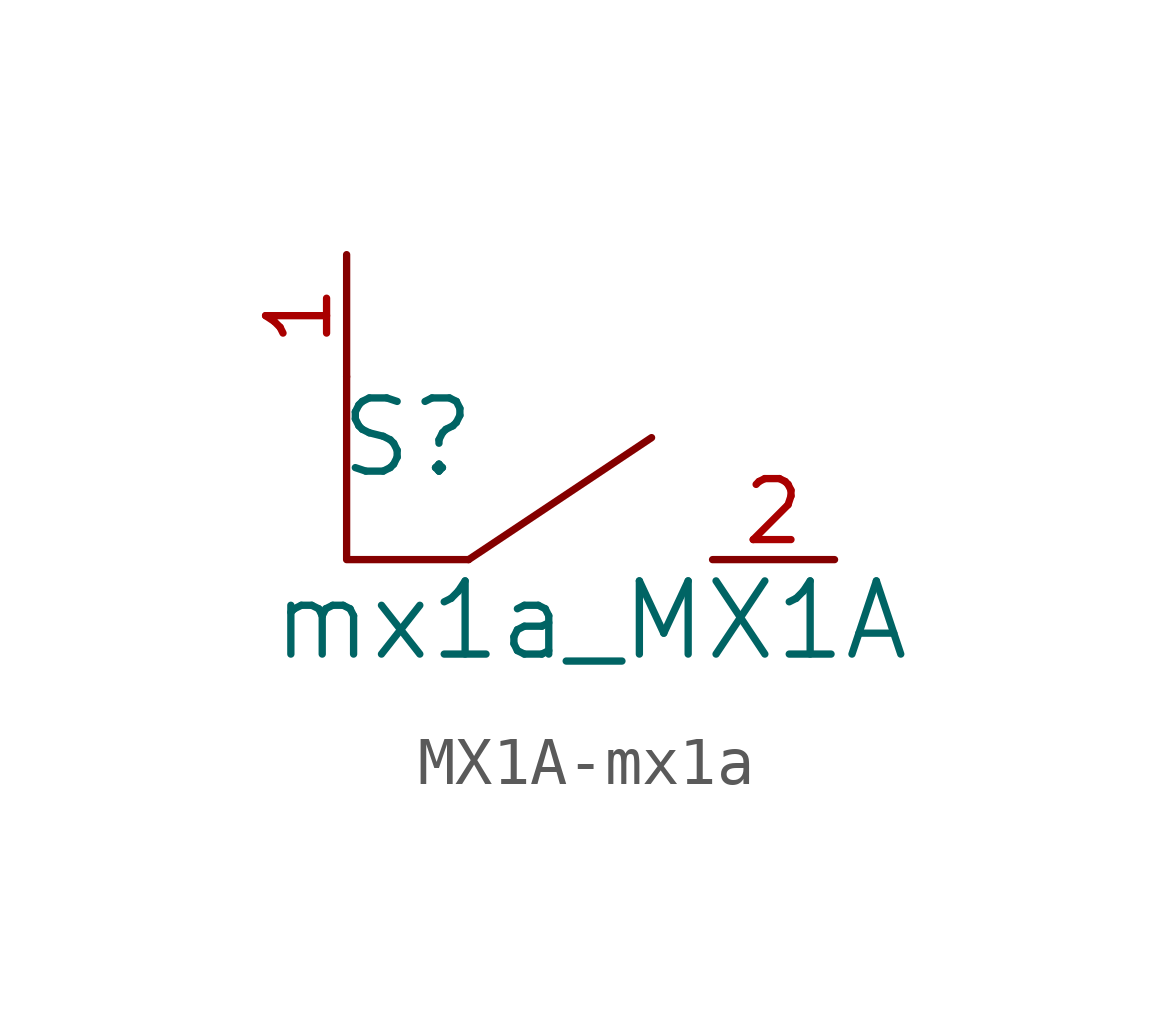
<source format=kicad_sym>
(kicad_symbol_lib
  (version 20231120)
  (generator "kicad_symbol_editor")
  (generator_version "8.0")
  (symbol "MX1A-mx1a"
    (pin_names
      (offset 1.016))
    (property "Reference" "S"
      (at -3.81 6.35 0)
      (effects (font (size 1.524 1.524))))
    (property "Value" "mx1a_MX1A"
      (at 0 2.54 0)
      (effects (font (size 1.524 1.524))))
    (symbol "MX1A-mx1a_0_1"
      (polyline (pts (xy -2.54 3.81) (xy 1.27 6.35)) (stroke (width 0) (type solid)) (fill (type none)))
      (polyline (pts (xy -5.08 7.62) (xy -5.08 3.81) (xy -2.54 3.81)) (stroke (width 0) (type solid)) (fill (type none))))
    (symbol "MX1A-mx1a_1_1"
      (pin passive line (at -5.08 10.16 270) (length 2.54) (name "~" (effects (font (size 1.27 1.27)))) (number "1" (effects (font (size 1.27 1.27)))))
      (pin passive line (at 5.08 3.81 180) (length 2.54) (name "~" (effects (font (size 1.27 1.27)))) (number "2" (effects (font (size 1.27 1.27))))))))
</source>
